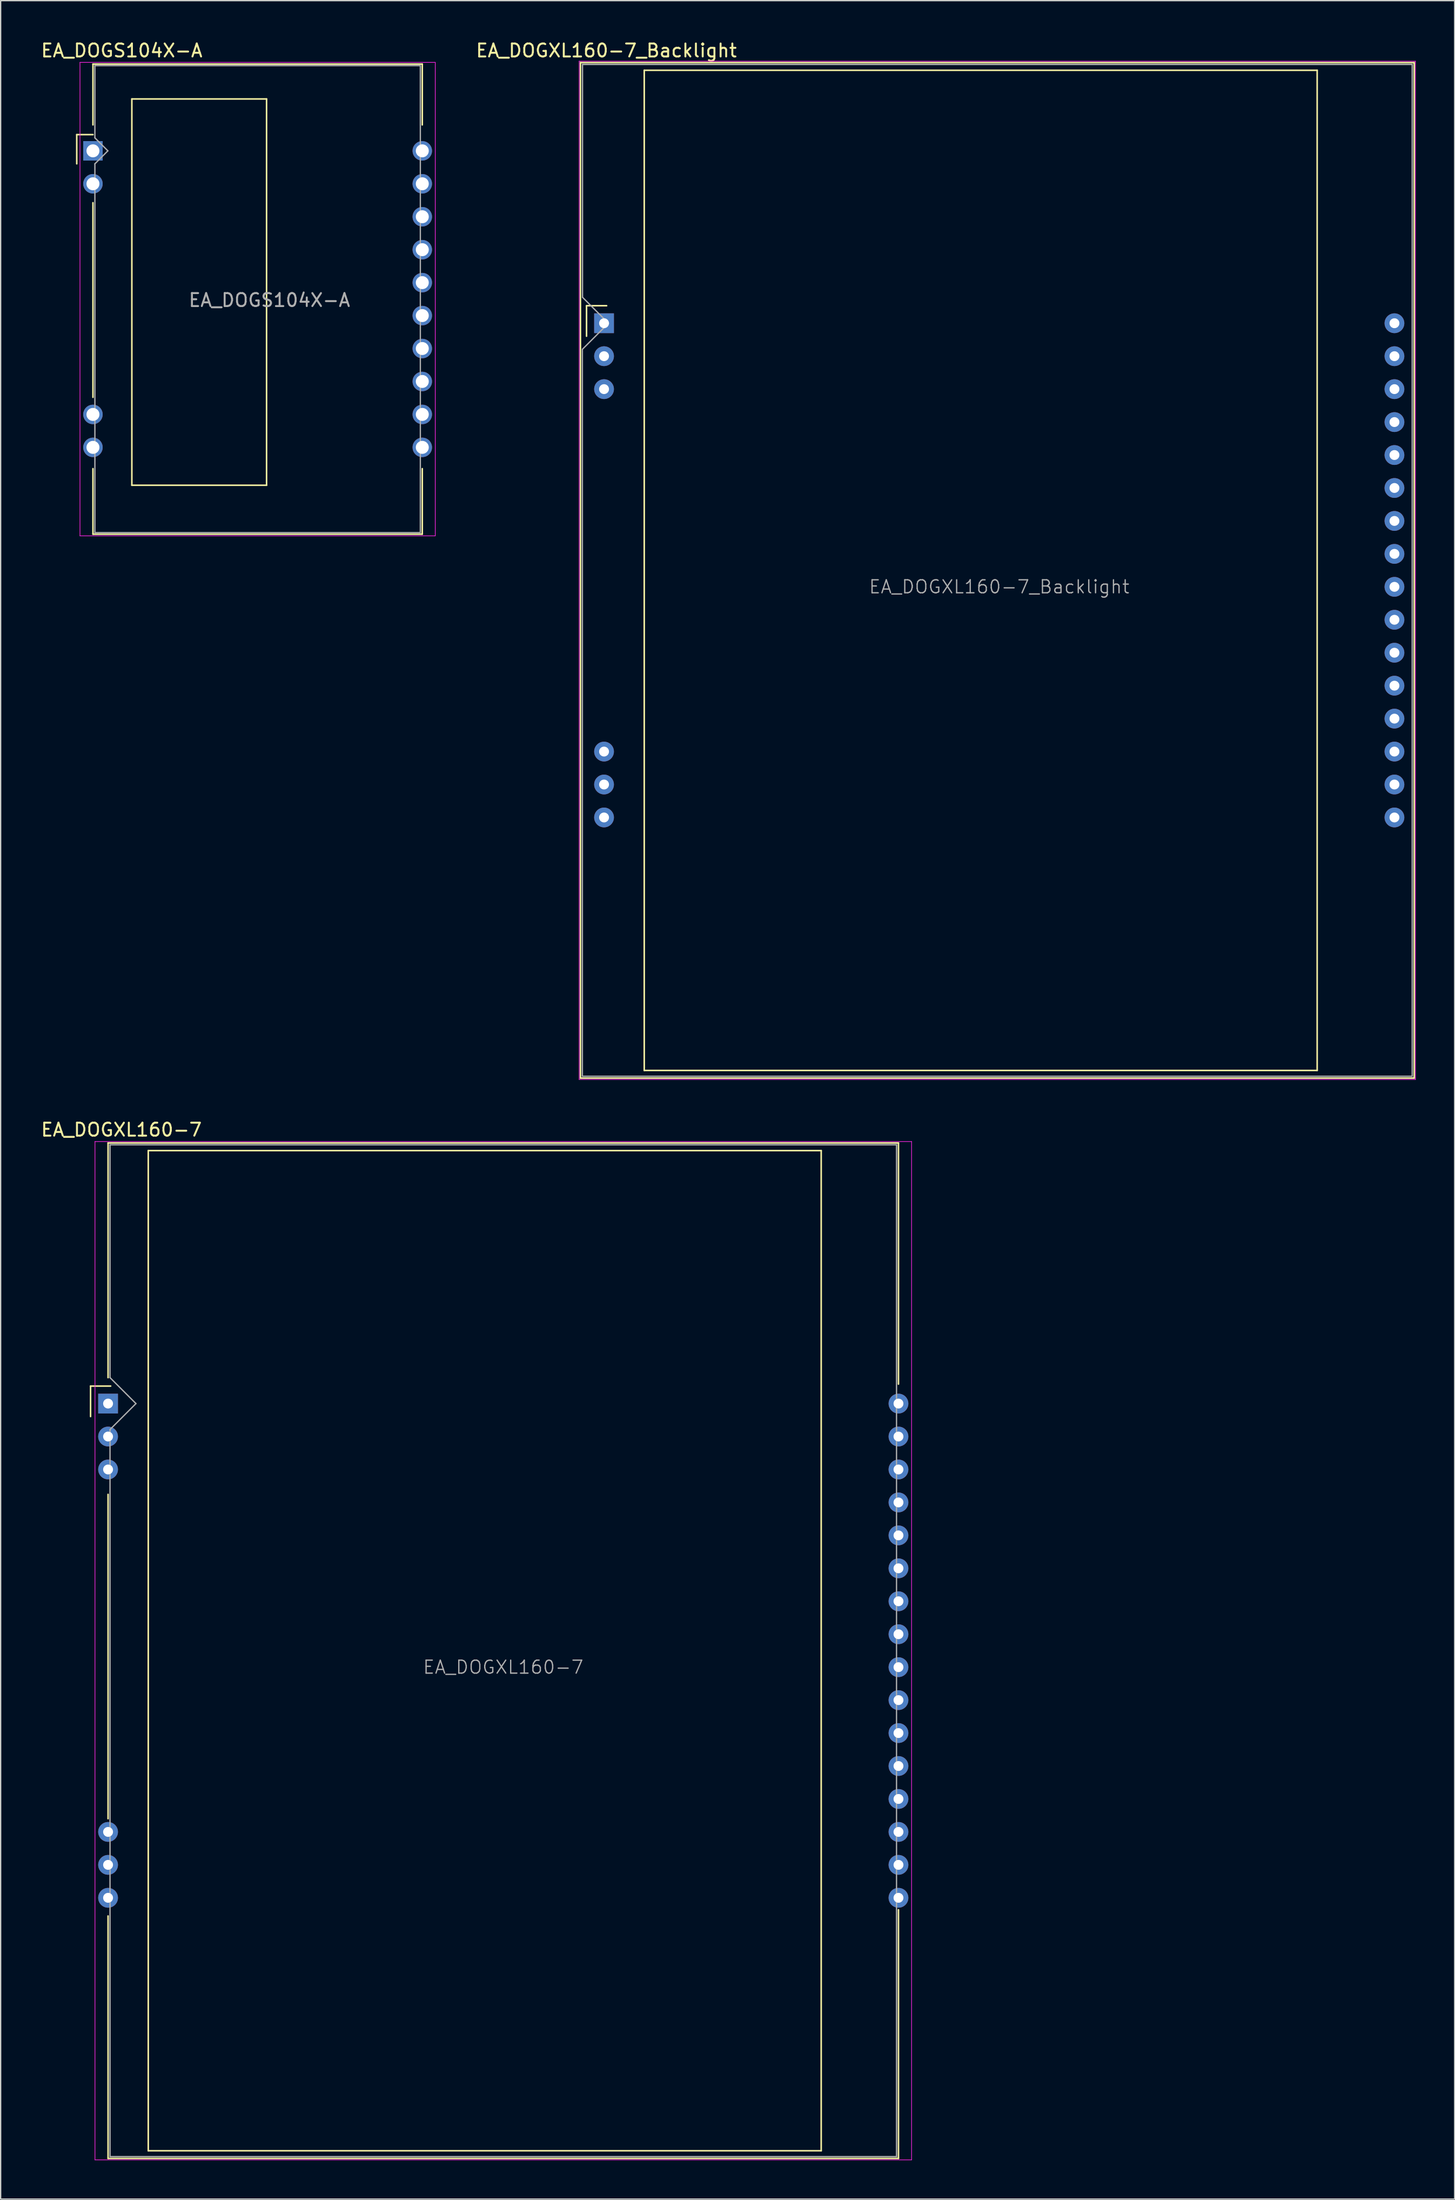
<source format=kicad_pcb>
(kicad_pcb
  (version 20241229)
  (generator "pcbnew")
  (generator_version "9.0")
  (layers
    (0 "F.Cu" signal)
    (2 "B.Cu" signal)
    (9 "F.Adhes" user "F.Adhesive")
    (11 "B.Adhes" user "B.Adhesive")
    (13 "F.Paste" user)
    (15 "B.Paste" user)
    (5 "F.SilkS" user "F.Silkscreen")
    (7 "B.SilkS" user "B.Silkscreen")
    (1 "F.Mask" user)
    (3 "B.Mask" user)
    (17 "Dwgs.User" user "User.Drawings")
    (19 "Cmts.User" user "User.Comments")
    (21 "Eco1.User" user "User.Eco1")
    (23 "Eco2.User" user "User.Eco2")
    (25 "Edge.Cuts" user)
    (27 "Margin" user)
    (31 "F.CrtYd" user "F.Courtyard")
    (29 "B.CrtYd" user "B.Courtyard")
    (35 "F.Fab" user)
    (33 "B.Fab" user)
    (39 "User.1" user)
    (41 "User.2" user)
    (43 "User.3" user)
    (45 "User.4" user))
  (footprint "EA_DOGS104X-A"
    (layer "F.Cu")
    (at 4.119 8.578)
    (property "Reference" "EA_DOGS104X-A" (at 2.22 -7.73 0) (layer "F.SilkS") (effects (font (size 1 1) (thickness 0.15))))
    (attr through_hole)
    (fp_line (start -1.25 -1.25) (end -1.25 1) (stroke (width 0.12) (type solid)) (layer "F.SilkS"))
    (fp_line (start -1.25 -1.25) (end 0 -1.25) (stroke (width 0.12) (type solid)) (layer "F.SilkS"))
    (fp_line (start 0 -6.69) (end 25.4 -6.69) (stroke (width 0.12) (type solid)) (layer "F.SilkS"))
    (fp_line (start 0 -2) (end 0 -6.69) (stroke (width 0.12) (type solid)) (layer "F.SilkS"))
    (fp_line (start 0 4) (end 0 19) (stroke (width 0.12) (type solid)) (layer "F.SilkS"))
    (fp_line (start 0 24.5) (end 0 29.55) (stroke (width 0.12) (type solid)) (layer "F.SilkS"))
    (fp_line (start 3 -4) (end 3 25.78) (stroke (width 0.12) (type solid)) (layer "F.SilkS"))
    (fp_line (start 3 25.78) (end 13.39 25.78) (stroke (width 0.12) (type solid)) (layer "F.SilkS"))
    (fp_line (start 13.39 -4) (end 3 -4) (stroke (width 0.12) (type solid)) (layer "F.SilkS"))
    (fp_line (start 13.39 25.78) (end 13.39 -4) (stroke (width 0.12) (type solid)) (layer "F.SilkS"))
    (fp_line (start 25.4 -6.69) (end 25.4 -2) (stroke (width 0.12) (type solid)) (layer "F.SilkS"))
    (fp_line (start 25.4 24.5) (end 25.4 29.55) (stroke (width 0.12) (type solid)) (layer "F.SilkS"))
    (fp_line (start 25.4 29.55) (end 0 29.55) (stroke (width 0.12) (type solid)) (layer "F.SilkS"))
    (fp_line (start -1 -6.82) (end 26.4 -6.82) (stroke (width 0.05) (type solid)) (layer "F.CrtYd"))
    (fp_line (start -1 29.68) (end -1 -6.82) (stroke (width 0.05) (type solid)) (layer "F.CrtYd"))
    (fp_line (start 26.4 -6.82) (end 26.4 29.68) (stroke (width 0.05) (type solid)) (layer "F.CrtYd"))
    (fp_line (start 26.4 29.68) (end -1 29.68) (stroke (width 0.05) (type solid)) (layer "F.CrtYd"))
    (fp_line (start 0.15 -6.57) (end 25.25 -6.57) (stroke (width 0.1) (type solid)) (layer "F.Fab"))
    (fp_line (start 0.15 -1) (end 0.15 -6.57) (stroke (width 0.1) (type solid)) (layer "F.Fab"))
    (fp_line (start 0.15 -1) (end 1.15 0) (stroke (width 0.1) (type solid)) (layer "F.Fab"))
    (fp_line (start 0.15 1) (end 0.15 29.43) (stroke (width 0.1) (type solid)) (layer "F.Fab"))
    (fp_line (start 1.15 0) (end 0.15 1) (stroke (width 0.1) (type solid)) (layer "F.Fab"))
    (fp_line (start 25.25 -6.57) (end 25.25 29.43) (stroke (width 0.1) (type solid)) (layer "F.Fab"))
    (fp_line (start 25.25 29.43) (end 0.15 29.43) (stroke (width 0.1) (type solid)) (layer "F.Fab"))
    (fp_text user "${REFERENCE}" (at 13.61 11.51 0) (layer "F.Fab") (effects (font (size 1 1) (thickness 0.15))))
    (pad "1" thru_hole rect (at 0 0) (size 1.5 1.5) (drill 1) (layers "*.Cu" "*.Mask"))
    (pad "2" thru_hole circle (at 0 2.54) (size 1.5 1.5) (drill 1) (layers "*.Cu" "*.Mask"))
    (pad "9" thru_hole circle (at 0 20.32) (size 1.5 1.5) (drill 1) (layers "*.Cu" "*.Mask"))
    (pad "10" thru_hole circle (at 0 22.86) (size 1.5 1.5) (drill 1) (layers "*.Cu" "*.Mask"))
    (pad "11" thru_hole circle (at 25.4 22.86) (size 1.5 1.5) (drill 1) (layers "*.Cu" "*.Mask"))
    (pad "12" thru_hole circle (at 25.4 20.32) (size 1.5 1.5) (drill 1) (layers "*.Cu" "*.Mask"))
    (pad "13" thru_hole circle (at 25.4 17.78) (size 1.5 1.5) (drill 1) (layers "*.Cu" "*.Mask"))
    (pad "14" thru_hole circle (at 25.4 15.24) (size 1.5 1.5) (drill 1) (layers "*.Cu" "*.Mask"))
    (pad "15" thru_hole circle (at 25.4 12.7) (size 1.5 1.5) (drill 1) (layers "*.Cu" "*.Mask"))
    (pad "16" thru_hole circle (at 25.4 10.16) (size 1.5 1.5) (drill 1) (layers "*.Cu" "*.Mask"))
    (pad "17" thru_hole circle (at 25.4 7.62) (size 1.5 1.5) (drill 1) (layers "*.Cu" "*.Mask"))
    (pad "18" thru_hole circle (at 25.4 5.08) (size 1.5 1.5) (drill 1) (layers "*.Cu" "*.Mask"))
    (pad "19" thru_hole circle (at 25.4 2.54) (size 1.5 1.5) (drill 1) (layers "*.Cu" "*.Mask"))
    (pad "20" thru_hole circle (at 25.4 0) (size 1.5 1.5) (drill 1) (layers "*.Cu" "*.Mask")))
  (footprint "EA_DOGXL160-7_Backlight"
    (layer "F.Cu")
    (at 43.537 21.868)
    (property "Reference" "EA_DOGXL160-7_Backlight" (at 0.18 -21.02 0) (layer "F.SilkS") (effects (font (size 1 1) (thickness 0.15))))
    (attr through_hole)
    (fp_line (start -1.82 -20.09) (end -1.82 58.19) (stroke (width 0.12) (type solid)) (layer "F.SilkS"))
    (fp_line (start -1.82 58.19) (end 62.48 58.19) (stroke (width 0.12) (type solid)) (layer "F.SilkS"))
    (fp_line (start -1.35 -1.35) (end -1.35 1) (stroke (width 0.12) (type solid)) (layer "F.SilkS"))
    (fp_line (start 0.2 -1.35) (end -1.35 -1.35) (stroke (width 0.12) (type solid)) (layer "F.SilkS"))
    (fp_line (start 3.1 -19.5) (end 3.1 57.6) (stroke (width 0.12) (type solid)) (layer "F.SilkS"))
    (fp_line (start 3.1 57.6) (end 55 57.6) (stroke (width 0.12) (type solid)) (layer "F.SilkS"))
    (fp_line (start 55 -19.5) (end 3.1 -19.5) (stroke (width 0.12) (type solid)) (layer "F.SilkS"))
    (fp_line (start 55 57.6) (end 55 -19.5) (stroke (width 0.12) (type solid)) (layer "F.SilkS"))
    (fp_line (start 62.48 -20.09) (end -1.82 -20.09) (stroke (width 0.12) (type solid)) (layer "F.SilkS"))
    (fp_line (start 62.48 58.19) (end 62.48 -20.09) (stroke (width 0.12) (type solid)) (layer "F.SilkS"))
    (fp_line (start -1.92 -20.2) (end 62.58 -20.2) (stroke (width 0.05) (type solid)) (layer "F.CrtYd"))
    (fp_line (start -1.92 58.3) (end -1.92 -20.2) (stroke (width 0.05) (type solid)) (layer "F.CrtYd"))
    (fp_line (start 62.58 -20.2) (end 62.58 58.3) (stroke (width 0.05) (type solid)) (layer "F.CrtYd"))
    (fp_line (start 62.58 58.3) (end -1.92 58.3) (stroke (width 0.05) (type solid)) (layer "F.CrtYd"))
    (fp_line (start -1.67 2) (end -1.67 58.05) (stroke (width 0.1) (type solid)) (layer "F.Fab"))
    (fp_line (start -1.66 -19.95) (end 62.33 -19.95) (stroke (width 0.1) (type solid)) (layer "F.Fab"))
    (fp_line (start -1.66 -2) (end -1.66 -19.95) (stroke (width 0.1) (type solid)) (layer "F.Fab"))
    (fp_line (start -1.66 -2) (end 0.34 0) (stroke (width 0.1) (type solid)) (layer "F.Fab"))
    (fp_line (start 0.34 0) (end -1.66 2) (stroke (width 0.1) (type solid)) (layer "F.Fab"))
    (fp_line (start 62.33 -19.95) (end 62.33 58.05) (stroke (width 0.1) (type solid)) (layer "F.Fab"))
    (fp_line (start 62.33 58.05) (end -1.67 58.05) (stroke (width 0.1) (type solid)) (layer "F.Fab"))
    (fp_text user "${REFERENCE}" (at 30.48 20.32 0) (layer "F.Fab") (effects (font (size 1 1) (thickness 0.1))))
    (pad "1" thru_hole rect (at 0 0) (size 1.524 1.524) (drill 0.762) (layers "*.Cu" "*.Mask"))
    (pad "2" thru_hole circle (at 0 2.54) (size 1.524 1.524) (drill 0.762) (layers "*.Cu" "*.Mask"))
    (pad "3" thru_hole circle (at 0 5.08) (size 1.524 1.524) (drill 0.762) (layers "*.Cu" "*.Mask"))
    (pad "14" thru_hole circle (at 0 33.02) (size 1.524 1.524) (drill 0.762) (layers "*.Cu" "*.Mask"))
    (pad "15" thru_hole circle (at 0 35.56) (size 1.524 1.524) (drill 0.762) (layers "*.Cu" "*.Mask"))
    (pad "16" thru_hole circle (at 0 38.1) (size 1.524 1.524) (drill 0.762) (layers "*.Cu" "*.Mask"))
    (pad "17" thru_hole circle (at 60.96 38.1) (size 1.524 1.524) (drill 0.762) (layers "*.Cu" "*.Mask"))
    (pad "18" thru_hole circle (at 60.96 35.56) (size 1.524 1.524) (drill 0.762) (layers "*.Cu" "*.Mask"))
    (pad "19" thru_hole circle (at 60.96 33.02) (size 1.524 1.524) (drill 0.762) (layers "*.Cu" "*.Mask"))
    (pad "20" thru_hole circle (at 60.96 30.48) (size 1.524 1.524) (drill 0.762) (layers "*.Cu" "*.Mask"))
    (pad "21" thru_hole circle (at 60.96 27.94) (size 1.524 1.524) (drill 0.762) (layers "*.Cu" "*.Mask"))
    (pad "22" thru_hole circle (at 60.96 25.4) (size 1.524 1.524) (drill 0.762) (layers "*.Cu" "*.Mask"))
    (pad "23" thru_hole circle (at 60.96 22.86) (size 1.524 1.524) (drill 0.762) (layers "*.Cu" "*.Mask"))
    (pad "24" thru_hole circle (at 60.96 20.32) (size 1.524 1.524) (drill 0.762) (layers "*.Cu" "*.Mask"))
    (pad "25" thru_hole circle (at 60.96 17.78) (size 1.524 1.524) (drill 0.762) (layers "*.Cu" "*.Mask"))
    (pad "26" thru_hole circle (at 60.96 15.24) (size 1.524 1.524) (drill 0.762) (layers "*.Cu" "*.Mask"))
    (pad "27" thru_hole circle (at 60.96 12.7) (size 1.524 1.524) (drill 0.762) (layers "*.Cu" "*.Mask"))
    (pad "28" thru_hole circle (at 60.96 10.16) (size 1.524 1.524) (drill 0.762) (layers "*.Cu" "*.Mask"))
    (pad "29" thru_hole circle (at 60.96 7.62) (size 1.524 1.524) (drill 0.762) (layers "*.Cu" "*.Mask"))
    (pad "30" thru_hole circle (at 60.96 5.08) (size 1.524 1.524) (drill 0.762) (layers "*.Cu" "*.Mask"))
    (pad "31" thru_hole circle (at 60.96 2.54) (size 1.524 1.524) (drill 0.762) (layers "*.Cu" "*.Mask"))
    (pad "32" thru_hole circle (at 60.96 0) (size 1.524 1.524) (drill 0.762) (layers "*.Cu" "*.Mask")))
  (footprint "EA_DOGXL160-7"
    (layer "F.Cu")
    (at 5.285 105.151)
    (property "Reference" "EA_DOGXL160-7" (at 1.03 -21.11 0) (layer "F.SilkS") (effects (font (size 1 1) (thickness 0.15))))
    (attr through_hole)
    (fp_line (start -1.35 -1.35) (end -1.35 1) (stroke (width 0.12) (type solid)) (layer "F.SilkS"))
    (fp_line (start 0 -20.09) (end 0 -2) (stroke (width 0.12) (type solid)) (layer "F.SilkS"))
    (fp_line (start 0 7) (end 0 32) (stroke (width 0.12) (type solid)) (layer "F.SilkS"))
    (fp_line (start 0 39.5) (end 0 58.19) (stroke (width 0.12) (type solid)) (layer "F.SilkS"))
    (fp_line (start 0 58.19) (end 60.96 58.19) (stroke (width 0.12) (type solid)) (layer "F.SilkS"))
    (fp_line (start 0.2 -1.35) (end -1.35 -1.35) (stroke (width 0.12) (type solid)) (layer "F.SilkS"))
    (fp_line (start 3.1 -19.5) (end 3.1 57.6) (stroke (width 0.12) (type solid)) (layer "F.SilkS"))
    (fp_line (start 3.1 57.6) (end 55 57.6) (stroke (width 0.12) (type solid)) (layer "F.SilkS"))
    (fp_line (start 55 -19.5) (end 3.1 -19.5) (stroke (width 0.12) (type solid)) (layer "F.SilkS"))
    (fp_line (start 55 57.6) (end 55 -19.5) (stroke (width 0.12) (type solid)) (layer "F.SilkS"))
    (fp_line (start 60.96 -20.09) (end 0 -20.09) (stroke (width 0.12) (type solid)) (layer "F.SilkS"))
    (fp_line (start 60.96 -1.5) (end 60.96 -20.08) (stroke (width 0.12) (type solid)) (layer "F.SilkS"))
    (fp_line (start 60.96 58.19) (end 60.96 39.02) (stroke (width 0.12) (type solid)) (layer "F.SilkS"))
    (fp_line (start -1.01 -20.2) (end 61.97 -20.2) (stroke (width 0.05) (type solid)) (layer "F.CrtYd"))
    (fp_line (start -1.01 58.3) (end -1.01 -20.2) (stroke (width 0.05) (type solid)) (layer "F.CrtYd"))
    (fp_line (start 61.97 -20.2) (end 61.97 58.3) (stroke (width 0.05) (type solid)) (layer "F.CrtYd"))
    (fp_line (start 61.97 58.3) (end -1.01 58.3) (stroke (width 0.05) (type solid)) (layer "F.CrtYd"))
    (fp_line (start 0.15 -19.95) (end 60.81 -19.95) (stroke (width 0.1) (type solid)) (layer "F.Fab"))
    (fp_line (start 0.15 -2) (end 0.15 -19.95) (stroke (width 0.1) (type solid)) (layer "F.Fab"))
    (fp_line (start 0.15 -2) (end 2.15 0) (stroke (width 0.1) (type solid)) (layer "F.Fab"))
    (fp_line (start 0.15 2) (end 0.15 58.05) (stroke (width 0.1) (type solid)) (layer "F.Fab"))
    (fp_line (start 2.15 0) (end 0.15 2) (stroke (width 0.1) (type solid)) (layer "F.Fab"))
    (fp_line (start 60.81 -19.95) (end 60.81 58.05) (stroke (width 0.1) (type solid)) (layer "F.Fab"))
    (fp_line (start 60.81 58.05) (end 0.15 58.05) (stroke (width 0.1) (type solid)) (layer "F.Fab"))
    (fp_text user "${REFERENCE}" (at 30.48 20.32 0) (layer "F.Fab") (effects (font (size 1 1) (thickness 0.1))))
    (pad "1" thru_hole rect (at 0 0) (size 1.524 1.524) (drill 0.762) (layers "*.Cu" "*.Mask"))
    (pad "2" thru_hole circle (at 0 2.54) (size 1.524 1.524) (drill 0.762) (layers "*.Cu" "*.Mask"))
    (pad "3" thru_hole circle (at 0 5.08) (size 1.524 1.524) (drill 0.762) (layers "*.Cu" "*.Mask"))
    (pad "14" thru_hole circle (at 0 33.02) (size 1.524 1.524) (drill 0.762) (layers "*.Cu" "*.Mask"))
    (pad "15" thru_hole circle (at 0 35.56) (size 1.524 1.524) (drill 0.762) (layers "*.Cu" "*.Mask"))
    (pad "16" thru_hole circle (at 0 38.1) (size 1.524 1.524) (drill 0.762) (layers "*.Cu" "*.Mask"))
    (pad "17" thru_hole circle (at 60.96 38.1) (size 1.524 1.524) (drill 0.762) (layers "*.Cu" "*.Mask"))
    (pad "18" thru_hole circle (at 60.96 35.56) (size 1.524 1.524) (drill 0.762) (layers "*.Cu" "*.Mask"))
    (pad "19" thru_hole circle (at 60.96 33.02) (size 1.524 1.524) (drill 0.762) (layers "*.Cu" "*.Mask"))
    (pad "20" thru_hole circle (at 60.96 30.48) (size 1.524 1.524) (drill 0.762) (layers "*.Cu" "*.Mask"))
    (pad "21" thru_hole circle (at 60.96 27.94) (size 1.524 1.524) (drill 0.762) (layers "*.Cu" "*.Mask"))
    (pad "22" thru_hole circle (at 60.96 25.4) (size 1.524 1.524) (drill 0.762) (layers "*.Cu" "*.Mask"))
    (pad "23" thru_hole circle (at 60.96 22.86) (size 1.524 1.524) (drill 0.762) (layers "*.Cu" "*.Mask"))
    (pad "24" thru_hole circle (at 60.96 20.32) (size 1.524 1.524) (drill 0.762) (layers "*.Cu" "*.Mask"))
    (pad "25" thru_hole circle (at 60.96 17.78) (size 1.524 1.524) (drill 0.762) (layers "*.Cu" "*.Mask"))
    (pad "26" thru_hole circle (at 60.96 15.24) (size 1.524 1.524) (drill 0.762) (layers "*.Cu" "*.Mask"))
    (pad "27" thru_hole circle (at 60.96 12.7) (size 1.524 1.524) (drill 0.762) (layers "*.Cu" "*.Mask"))
    (pad "28" thru_hole circle (at 60.96 10.16) (size 1.524 1.524) (drill 0.762) (layers "*.Cu" "*.Mask"))
    (pad "29" thru_hole circle (at 60.96 7.62) (size 1.524 1.524) (drill 0.762) (layers "*.Cu" "*.Mask"))
    (pad "30" thru_hole circle (at 60.96 5.08) (size 1.524 1.524) (drill 0.762) (layers "*.Cu" "*.Mask"))
    (pad "31" thru_hole circle (at 60.96 2.54) (size 1.524 1.524) (drill 0.762) (layers "*.Cu" "*.Mask"))
    (pad "32" thru_hole circle (at 60.96 0) (size 1.524 1.524) (drill 0.762) (layers "*.Cu" "*.Mask")))
  (gr_rect
    (start -3 -3)
    (end 109.142 166.476)
    (stroke (width 0.1) (type default))
    (fill no)
    (layer "Edge.Cuts")))
</source>
